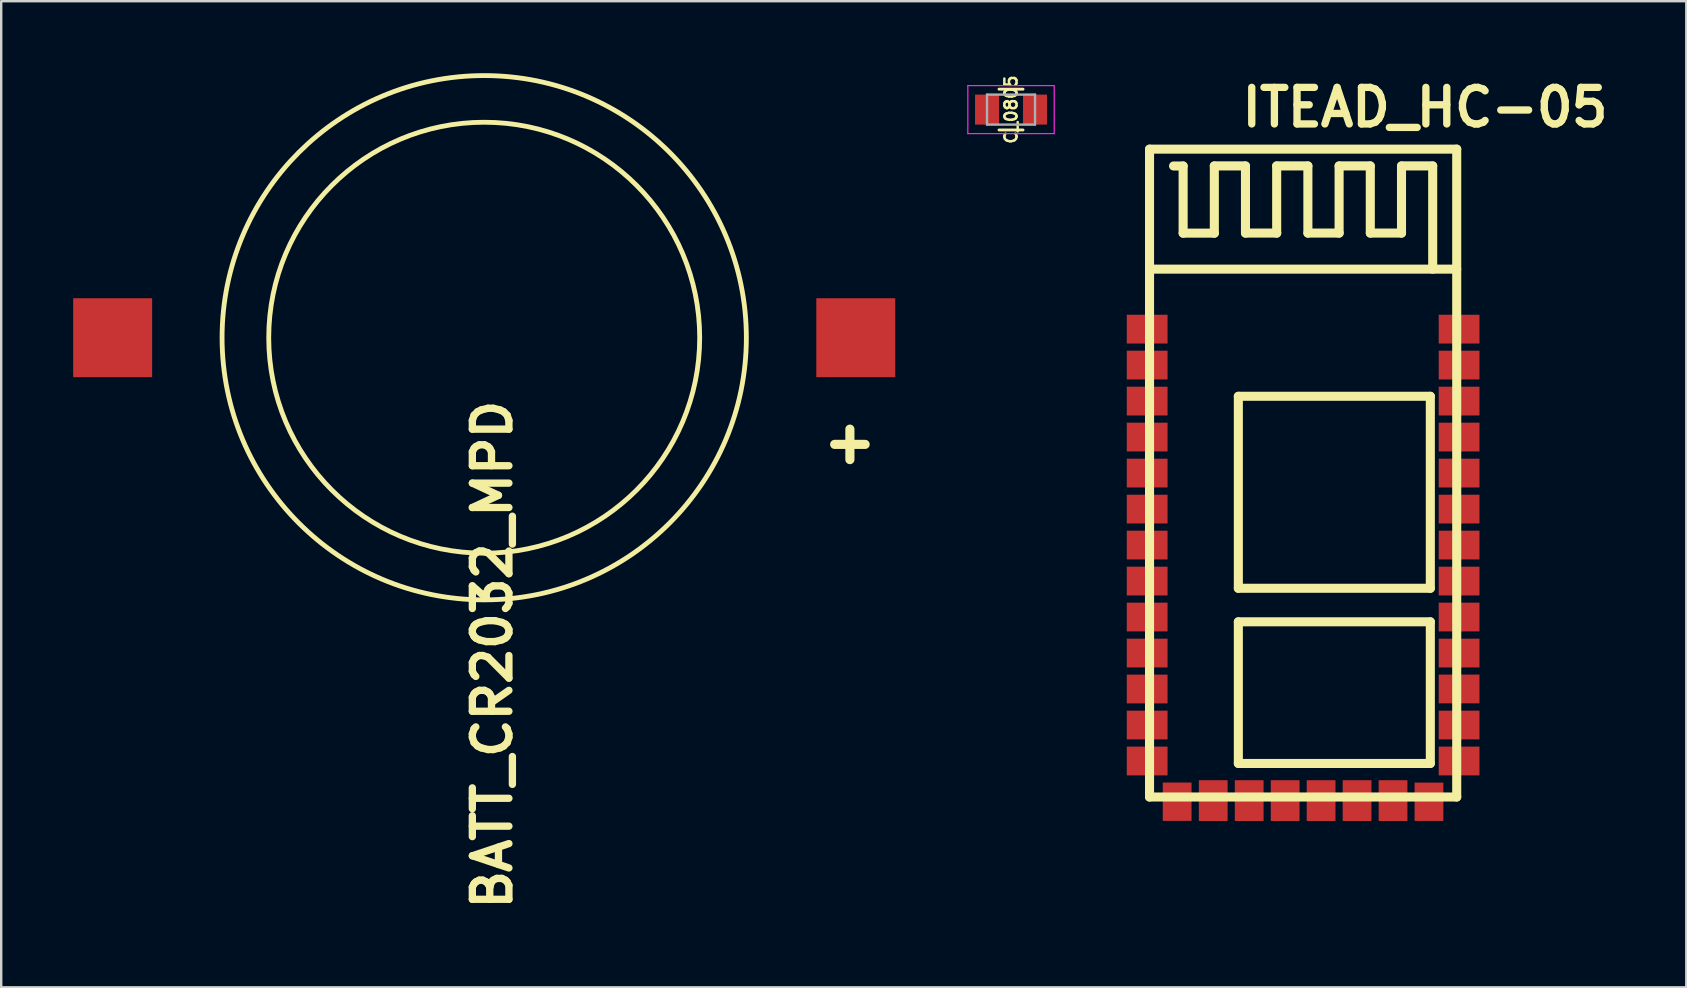
<source format=kicad_pcb>
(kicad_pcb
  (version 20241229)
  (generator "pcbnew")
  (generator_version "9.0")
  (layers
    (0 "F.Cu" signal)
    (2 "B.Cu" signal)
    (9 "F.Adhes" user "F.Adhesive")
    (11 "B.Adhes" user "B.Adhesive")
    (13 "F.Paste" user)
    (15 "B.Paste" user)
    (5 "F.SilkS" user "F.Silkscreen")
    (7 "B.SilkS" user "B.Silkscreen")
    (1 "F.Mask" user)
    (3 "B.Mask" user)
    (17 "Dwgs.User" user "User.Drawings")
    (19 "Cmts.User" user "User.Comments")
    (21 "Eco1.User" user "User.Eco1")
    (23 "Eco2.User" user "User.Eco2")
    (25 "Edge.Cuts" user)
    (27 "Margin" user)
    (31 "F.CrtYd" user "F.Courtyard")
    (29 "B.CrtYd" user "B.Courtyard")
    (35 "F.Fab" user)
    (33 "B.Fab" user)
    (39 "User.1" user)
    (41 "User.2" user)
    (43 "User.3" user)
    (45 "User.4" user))
  (footprint "ITEAD_HC-05"
    (layer "F.Cu")
    (at 51.259 16.666)
    (property "Reference" "ITEAD_HC-05" (at 5.08 -15.24 0) (layer "F.SilkS") (effects (font (size 1.524 1.524) (thickness 0.305))))
    (attr smd)
    (fp_line (start -6.401 -13.5) (end 6.401 -13.5) (stroke (width 0.378) (type solid)) (layer "F.SilkS"))
    (fp_line (start -6.401 13.5) (end -6.401 -13.5) (stroke (width 0.378) (type solid)) (layer "F.SilkS"))
    (fp_line (start -5.001 -12.799) (end -5.4 -12.799) (stroke (width 0.378) (type solid)) (layer "F.SilkS"))
    (fp_line (start -5.001 -12.797) (end -5.001 -9.997) (stroke (width 0.378) (type solid)) (layer "F.SilkS"))
    (fp_line (start -3.701 -12.797) (end -3.701 -9.997) (stroke (width 0.378) (type solid)) (layer "F.SilkS"))
    (fp_line (start -3.698 -10) (end -4.999 -10) (stroke (width 0.378) (type solid)) (layer "F.SilkS"))
    (fp_line (start -2.7 -3.2) (end 5.301 -3.2) (stroke (width 0.378) (type solid)) (layer "F.SilkS"))
    (fp_line (start -2.7 4.801) (end -2.7 -3.2) (stroke (width 0.378) (type solid)) (layer "F.SilkS"))
    (fp_line (start -2.7 6.198) (end 5.301 6.198) (stroke (width 0.378) (type solid)) (layer "F.SilkS"))
    (fp_line (start -2.7 12.101) (end -2.7 6.2) (stroke (width 0.378) (type solid)) (layer "F.SilkS"))
    (fp_line (start -2.403 -12.802) (end -3.703 -12.802) (stroke (width 0.378) (type solid)) (layer "F.SilkS"))
    (fp_line (start -2.403 -12.799) (end -2.403 -10) (stroke (width 0.378) (type solid)) (layer "F.SilkS"))
    (fp_line (start -1.102 -12.799) (end -1.102 -10) (stroke (width 0.378) (type solid)) (layer "F.SilkS"))
    (fp_line (start -1.1 -10.003) (end -2.4 -10.003) (stroke (width 0.378) (type solid)) (layer "F.SilkS"))
    (fp_line (start 0.198 -12.802) (end -1.102 -12.802) (stroke (width 0.378) (type solid)) (layer "F.SilkS"))
    (fp_line (start 0.198 -12.799) (end 0.198 -10) (stroke (width 0.378) (type solid)) (layer "F.SilkS"))
    (fp_line (start 1.499 -12.799) (end 1.499 -10) (stroke (width 0.378) (type solid)) (layer "F.SilkS"))
    (fp_line (start 1.501 -10.003) (end 0.201 -10.003) (stroke (width 0.378) (type solid)) (layer "F.SilkS"))
    (fp_line (start 2.799 -12.802) (end 1.499 -12.802) (stroke (width 0.378) (type solid)) (layer "F.SilkS"))
    (fp_line (start 2.799 -12.799) (end 2.799 -10) (stroke (width 0.378) (type solid)) (layer "F.SilkS"))
    (fp_line (start 4.1 -12.799) (end 4.1 -10) (stroke (width 0.378) (type solid)) (layer "F.SilkS"))
    (fp_line (start 4.102 -10.003) (end 2.802 -10.003) (stroke (width 0.378) (type solid)) (layer "F.SilkS"))
    (fp_line (start 5.301 -3.2) (end 5.301 4.801) (stroke (width 0.378) (type solid)) (layer "F.SilkS"))
    (fp_line (start 5.301 4.801) (end -2.7 4.801) (stroke (width 0.378) (type solid)) (layer "F.SilkS"))
    (fp_line (start 5.301 6.2) (end 5.301 12.101) (stroke (width 0.378) (type solid)) (layer "F.SilkS"))
    (fp_line (start 5.301 12.101) (end -2.7 12.101) (stroke (width 0.378) (type solid)) (layer "F.SilkS"))
    (fp_line (start 5.4 -12.802) (end 4.1 -12.802) (stroke (width 0.378) (type solid)) (layer "F.SilkS"))
    (fp_line (start 5.4 -12.799) (end 5.4 -8.499) (stroke (width 0.378) (type solid)) (layer "F.SilkS"))
    (fp_line (start 6.401 -13.5) (end 6.401 13.5) (stroke (width 0.378) (type solid)) (layer "F.SilkS"))
    (fp_line (start 6.401 -8.499) (end -6.401 -8.499) (stroke (width 0.378) (type solid)) (layer "F.SilkS"))
    (fp_line (start 6.401 13.5) (end -6.401 13.5) (stroke (width 0.378) (type solid)) (layer "F.SilkS"))
    (pad "1" smd rect (at -6.5 -5.999) (size 1.699 1.199) (layers "F.Cu" "F.Mask" "F.Paste"))
    (pad "2" smd rect (at -6.5 -4.501) (size 1.699 1.199) (layers "F.Cu" "F.Mask" "F.Paste"))
    (pad "3" smd rect (at -6.5 -3) (size 1.699 1.199) (layers "F.Cu" "F.Mask" "F.Paste"))
    (pad "4" smd rect (at -6.5 -1.501) (size 1.699 1.199) (layers "F.Cu" "F.Mask" "F.Paste"))
    (pad "5" smd rect (at -6.5 0) (size 1.699 1.199) (layers "F.Cu" "F.Mask" "F.Paste"))
    (pad "6" smd rect (at -6.5 1.501) (size 1.699 1.199) (layers "F.Cu" "F.Mask" "F.Paste"))
    (pad "7" smd rect (at -6.5 3) (size 1.699 1.199) (layers "F.Cu" "F.Mask" "F.Paste"))
    (pad "8" smd rect (at -6.5 4.501) (size 1.699 1.199) (layers "F.Cu" "F.Mask" "F.Paste"))
    (pad "9" smd rect (at -6.5 5.999) (size 1.699 1.199) (layers "F.Cu" "F.Mask" "F.Paste"))
    (pad "10" smd rect (at -6.5 7.501) (size 1.699 1.199) (layers "F.Cu" "F.Mask" "F.Paste"))
    (pad "11" smd rect (at -6.5 8.999) (size 1.699 1.199) (layers "F.Cu" "F.Mask" "F.Paste"))
    (pad "12" smd rect (at -6.5 10.5) (size 1.699 1.199) (layers "F.Cu" "F.Mask" "F.Paste"))
    (pad "13" smd rect (at -6.5 11.999) (size 1.699 1.199) (layers "F.Cu" "F.Mask" "F.Paste"))
    (pad "14" smd rect (at -5.25 13.696) (size 1.199 1.598) (layers "F.Cu" "F.Mask" "F.Paste"))
    (pad "15" smd rect (at -3.747 13.65) (size 1.199 1.699) (layers "F.Cu" "F.Mask" "F.Paste"))
    (pad "16" smd rect (at -2.248 13.65) (size 1.199 1.699) (layers "F.Cu" "F.Mask" "F.Paste"))
    (pad "17" smd rect (at -0.749 13.65) (size 1.199 1.699) (layers "F.Cu" "F.Mask" "F.Paste"))
    (pad "18" smd rect (at 0.749 13.65) (size 1.199 1.699) (layers "F.Cu" "F.Mask" "F.Paste"))
    (pad "19" smd rect (at 2.248 13.65) (size 1.199 1.699) (layers "F.Cu" "F.Mask" "F.Paste"))
    (pad "20" smd rect (at 3.747 13.65) (size 1.199 1.699) (layers "F.Cu" "F.Mask" "F.Paste"))
    (pad "21" smd rect (at 5.245 13.698) (size 1.199 1.598) (layers "F.Cu" "F.Mask" "F.Paste"))
    (pad "22" smd rect (at 6.5 11.999) (size 1.699 1.199) (layers "F.Cu" "F.Mask" "F.Paste"))
    (pad "23" smd rect (at 6.5 10.5) (size 1.699 1.199) (layers "F.Cu" "F.Mask" "F.Paste"))
    (pad "24" smd rect (at 6.5 8.997) (size 1.699 1.199) (layers "F.Cu" "F.Mask" "F.Paste"))
    (pad "25" smd rect (at 6.5 7.501) (size 1.699 1.199) (layers "F.Cu" "F.Mask" "F.Paste"))
    (pad "26" smd rect (at 6.5 5.999) (size 1.699 1.199) (layers "F.Cu" "F.Mask" "F.Paste"))
    (pad "27" smd rect (at 6.5 4.501) (size 1.699 1.199) (layers "F.Cu" "F.Mask" "F.Paste"))
    (pad "28" smd rect (at 6.5 3) (size 1.699 1.199) (layers "F.Cu" "F.Mask" "F.Paste"))
    (pad "29" smd rect (at 6.5 1.501) (size 1.699 1.199) (layers "F.Cu" "F.Mask" "F.Paste"))
    (pad "30" smd rect (at 6.5 0) (size 1.699 1.199) (layers "F.Cu" "F.Mask" "F.Paste"))
    (pad "31" smd rect (at 6.5 -1.501) (size 1.699 1.199) (layers "F.Cu" "F.Mask" "F.Paste"))
    (pad "32" smd rect (at 6.5 -3) (size 1.699 1.199) (layers "F.Cu" "F.Mask" "F.Paste"))
    (pad "33" smd rect (at 6.5 -4.501) (size 1.699 1.199) (layers "F.Cu" "F.Mask" "F.Paste"))
    (pad "34" smd rect (at 6.5 -5.999) (size 1.699 1.199) (layers "F.Cu" "F.Mask" "F.Paste")))
  (footprint "C_0805"
    (layer "F.Cu")
    (at 39.085 1.517)
    (property "Reference" "C_0805" (at 0 0 90) (layer "F.SilkS") (effects (font (size 0.508 0.508) (thickness 0.102))))
    (attr smd)
    (fp_line (start -0.5 0.85) (end 0.5 0.85) (stroke (width 0.12) (type solid)) (layer "F.SilkS"))
    (fp_line (start 0.5 -0.85) (end -0.5 -0.85) (stroke (width 0.12) (type solid)) (layer "F.SilkS"))
    (fp_line (start -1.8 -1) (end -1.8 1) (stroke (width 0.05) (type solid)) (layer "F.CrtYd"))
    (fp_line (start -1.8 -1) (end 1.8 -1) (stroke (width 0.05) (type solid)) (layer "F.CrtYd"))
    (fp_line (start -1.8 1) (end 1.8 1) (stroke (width 0.05) (type solid)) (layer "F.CrtYd"))
    (fp_line (start 1.8 -1) (end 1.8 1) (stroke (width 0.05) (type solid)) (layer "F.CrtYd"))
    (fp_line (start -1 -0.625) (end 1 -0.625) (stroke (width 0.1) (type solid)) (layer "F.Fab"))
    (fp_line (start -1 0.625) (end -1 -0.625) (stroke (width 0.1) (type solid)) (layer "F.Fab"))
    (fp_line (start 1 -0.625) (end 1 0.625) (stroke (width 0.1) (type solid)) (layer "F.Fab"))
    (fp_line (start 1 0.625) (end -1 0.625) (stroke (width 0.1) (type solid)) (layer "F.Fab"))
    (pad "1" smd rect (at -1 0) (size 1 1.25) (layers "F.Cu" "F.Mask" "F.Paste"))
    (pad "2" smd rect (at 1 0) (size 1 1.25) (layers "F.Cu" "F.Mask" "F.Paste")))
  (footprint "BATT_CR2032_MPD"
    (layer "F.Cu")
    (at 17.13 11.025)
    (property "Reference" "BATT_CR2032_MPD" (at 0.34 13.208 90) (layer "F.SilkS") (effects (font (size 1.524 1.524) (thickness 0.305))))
    (attr smd)
    (fp_line (start 14.605 4.445) (end 15.875 4.445) (stroke (width 0.381) (type solid)) (layer "F.SilkS"))
    (fp_line (start 15.24 3.81) (end 15.24 5.08) (stroke (width 0.381) (type solid)) (layer "F.SilkS"))
    (fp_circle (center 0 0) (end -1.27 -8.89) (stroke (width 0.201) (type solid)) (fill no) (layer "F.SilkS"))
    (fp_circle (center 0 0) (end 6.35 8.89) (stroke (width 0.201) (type solid)) (fill no) (layer "F.SilkS"))
    (pad "1" smd rect (at 15.485 0) (size 3.29 3.29) (layers "F.Cu" "F.Mask" "F.Paste"))
    (pad "2" smd rect (at -15.485 0) (size 3.29 3.29) (layers "F.Cu" "F.Mask" "F.Paste")))
  (gr_rect
    (start -3 -3)
    (end 67.228 38.097)
    (stroke (width 0.1) (type default))
    (fill no)
    (layer "Edge.Cuts")))
</source>
